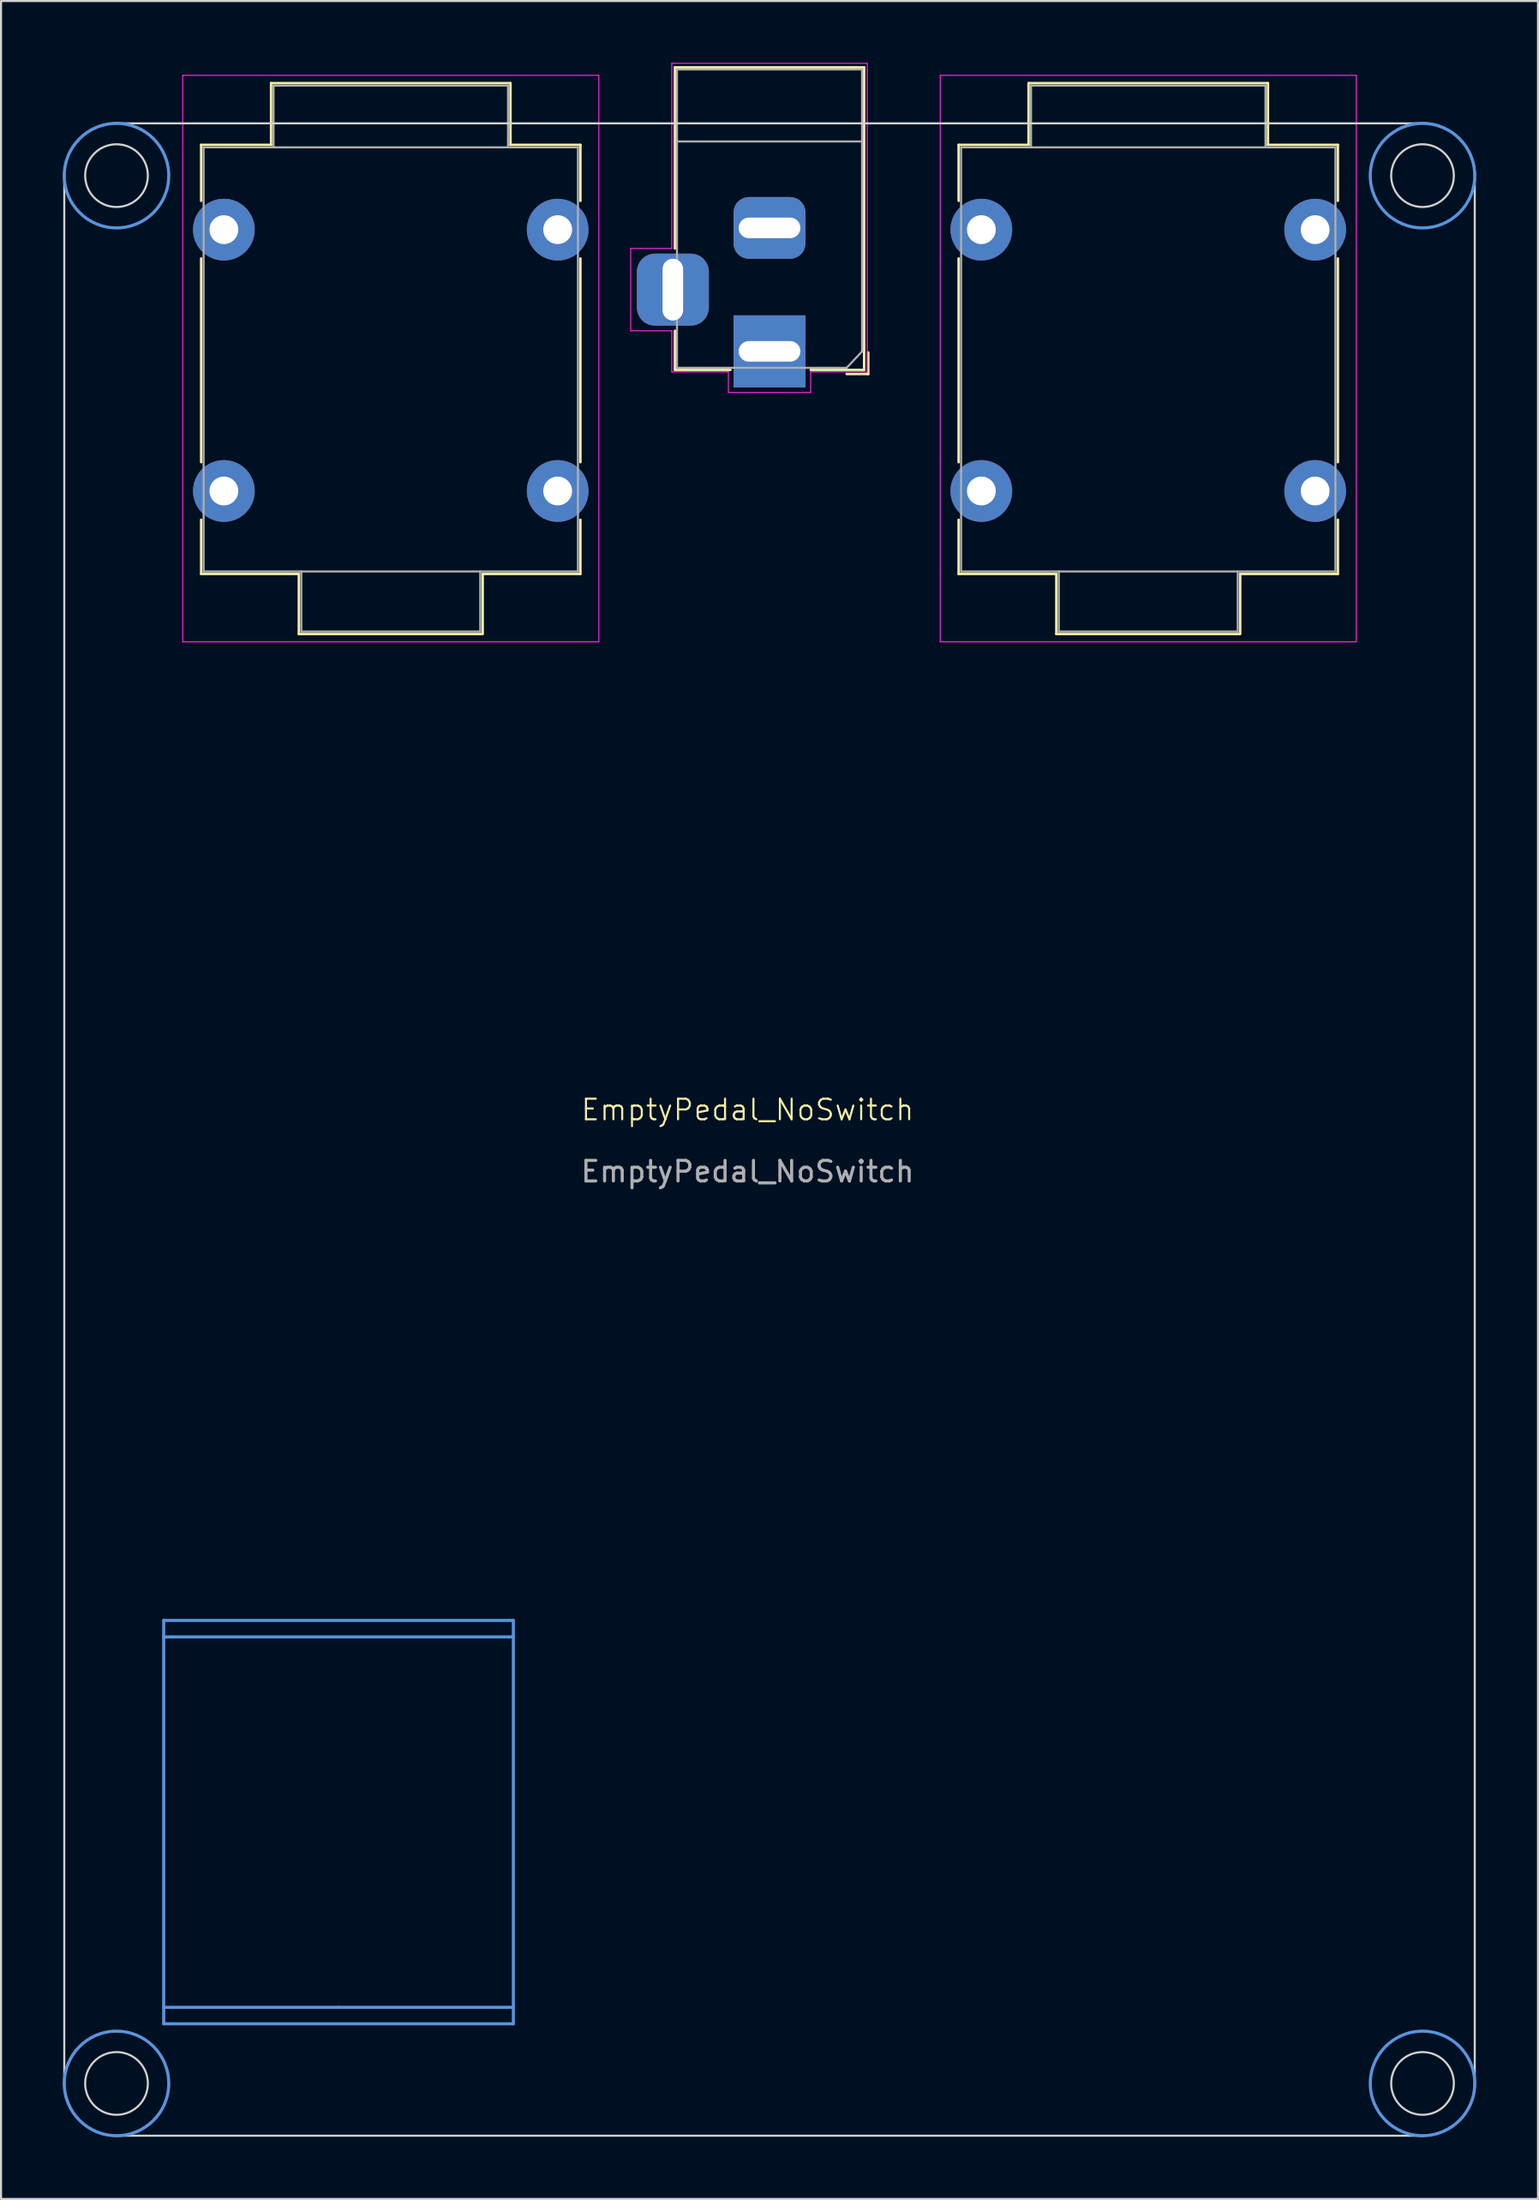
<source format=kicad_pcb>
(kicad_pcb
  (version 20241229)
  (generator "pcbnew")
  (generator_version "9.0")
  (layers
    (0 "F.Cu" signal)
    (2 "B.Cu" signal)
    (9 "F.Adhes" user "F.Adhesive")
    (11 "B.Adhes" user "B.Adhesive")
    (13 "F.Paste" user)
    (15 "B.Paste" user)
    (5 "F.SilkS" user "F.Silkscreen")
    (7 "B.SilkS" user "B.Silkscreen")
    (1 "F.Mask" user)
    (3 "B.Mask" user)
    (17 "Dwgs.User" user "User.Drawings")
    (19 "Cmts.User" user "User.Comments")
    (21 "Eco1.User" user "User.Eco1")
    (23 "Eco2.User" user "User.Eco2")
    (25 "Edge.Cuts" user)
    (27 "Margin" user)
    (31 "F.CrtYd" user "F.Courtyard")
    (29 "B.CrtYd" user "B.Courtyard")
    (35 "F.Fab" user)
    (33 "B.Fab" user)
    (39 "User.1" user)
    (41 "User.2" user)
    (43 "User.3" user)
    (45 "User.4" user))
  (footprint "EmptyPedal_NoSwitch"
    (layer "F.Cu")
    (at 33.298 51.383)
    (property "Reference" "EmptyPedal_NoSwitch" (at 0 -0.5 0) (unlocked yes) (layer "F.SilkS") (effects (font (size 1 1) (thickness 0.1))))
    (attr through_hole)
    (fp_line (start -26.568 -47.393) (end -26.568 -44.673) (stroke (width 0.12) (type solid)) (layer "F.SilkS"))
    (fp_line (start -26.568 -31.973) (end -26.568 -41.873) (stroke (width 0.12) (type solid)) (layer "F.SilkS"))
    (fp_line (start -26.568 -26.543) (end -26.568 -29.173) (stroke (width 0.12) (type solid)) (layer "F.SilkS"))
    (fp_line (start -23.168 -47.393) (end -26.568 -47.393) (stroke (width 0.12) (type solid)) (layer "F.SilkS"))
    (fp_line (start -23.168 -47.393) (end -23.168 -50.393) (stroke (width 0.12) (type solid)) (layer "F.SilkS"))
    (fp_line (start -21.818 -26.543) (end -26.568 -26.543) (stroke (width 0.12) (type solid)) (layer "F.SilkS"))
    (fp_line (start -21.818 -23.623) (end -21.818 -26.543) (stroke (width 0.12) (type solid)) (layer "F.SilkS"))
    (fp_line (start -12.918 -23.623) (end -21.818 -23.623) (stroke (width 0.12) (type solid)) (layer "F.SilkS"))
    (fp_line (start -12.878 -23.623) (end -12.878 -26.543) (stroke (width 0.12) (type solid)) (layer "F.SilkS"))
    (fp_line (start -11.528 -50.393) (end -23.168 -50.393) (stroke (width 0.12) (type solid)) (layer "F.SilkS"))
    (fp_line (start -11.528 -47.393) (end -11.528 -50.393) (stroke (width 0.12) (type solid)) (layer "F.SilkS"))
    (fp_line (start -8.128 -47.393) (end -11.528 -47.393) (stroke (width 0.12) (type solid)) (layer "F.SilkS"))
    (fp_line (start -8.128 -47.393) (end -8.128 -44.673) (stroke (width 0.12) (type solid)) (layer "F.SilkS"))
    (fp_line (start -8.128 -41.873) (end -8.128 -31.973) (stroke (width 0.12) (type solid)) (layer "F.SilkS"))
    (fp_line (start -8.128 -29.173) (end -8.128 -26.543) (stroke (width 0.12) (type solid)) (layer "F.SilkS"))
    (fp_line (start -8.128 -26.543) (end -12.878 -26.543) (stroke (width 0.12) (type solid)) (layer "F.SilkS"))
    (fp_line (start -3.533 -51.158) (end 5.667 -51.158) (stroke (width 0.12) (type solid)) (layer "F.SilkS"))
    (fp_line (start -3.533 -42.358) (end -3.533 -51.158) (stroke (width 0.12) (type solid)) (layer "F.SilkS"))
    (fp_line (start -3.533 -36.458) (end -3.533 -38.358) (stroke (width 0.12) (type solid)) (layer "F.SilkS"))
    (fp_line (start -0.833 -36.458) (end -3.533 -36.458) (stroke (width 0.12) (type solid)) (layer "F.SilkS"))
    (fp_line (start 4.817 -36.258) (end 5.867 -36.258) (stroke (width 0.12) (type solid)) (layer "F.SilkS"))
    (fp_line (start 5.667 -51.158) (end 5.667 -36.458) (stroke (width 0.12) (type solid)) (layer "F.SilkS"))
    (fp_line (start 5.667 -36.458) (end 3.067 -36.458) (stroke (width 0.12) (type solid)) (layer "F.SilkS"))
    (fp_line (start 5.867 -37.308) (end 5.867 -36.258) (stroke (width 0.12) (type solid)) (layer "F.SilkS"))
    (fp_line (start 10.262 -47.393) (end 10.262 -44.673) (stroke (width 0.12) (type solid)) (layer "F.SilkS"))
    (fp_line (start 10.262 -31.973) (end 10.262 -41.873) (stroke (width 0.12) (type solid)) (layer "F.SilkS"))
    (fp_line (start 10.262 -26.543) (end 10.262 -29.173) (stroke (width 0.12) (type solid)) (layer "F.SilkS"))
    (fp_line (start 13.662 -47.393) (end 10.262 -47.393) (stroke (width 0.12) (type solid)) (layer "F.SilkS"))
    (fp_line (start 13.662 -47.393) (end 13.662 -50.393) (stroke (width 0.12) (type solid)) (layer "F.SilkS"))
    (fp_line (start 15.012 -26.543) (end 10.262 -26.543) (stroke (width 0.12) (type solid)) (layer "F.SilkS"))
    (fp_line (start 15.012 -23.623) (end 15.012 -26.543) (stroke (width 0.12) (type solid)) (layer "F.SilkS"))
    (fp_line (start 23.912 -23.623) (end 15.012 -23.623) (stroke (width 0.12) (type solid)) (layer "F.SilkS"))
    (fp_line (start 23.952 -23.623) (end 23.952 -26.543) (stroke (width 0.12) (type solid)) (layer "F.SilkS"))
    (fp_line (start 25.302 -50.393) (end 13.662 -50.393) (stroke (width 0.12) (type solid)) (layer "F.SilkS"))
    (fp_line (start 25.302 -47.393) (end 25.302 -50.393) (stroke (width 0.12) (type solid)) (layer "F.SilkS"))
    (fp_line (start 28.702 -47.393) (end 25.302 -47.393) (stroke (width 0.12) (type solid)) (layer "F.SilkS"))
    (fp_line (start 28.702 -47.393) (end 28.702 -44.673) (stroke (width 0.12) (type solid)) (layer "F.SilkS"))
    (fp_line (start 28.702 -41.873) (end 28.702 -31.973) (stroke (width 0.12) (type solid)) (layer "F.SilkS"))
    (fp_line (start 28.702 -29.173) (end 28.702 -26.543) (stroke (width 0.12) (type solid)) (layer "F.SilkS"))
    (fp_line (start 28.702 -26.543) (end 23.952 -26.543) (stroke (width 0.12) (type solid)) (layer "F.SilkS"))
    (fp_line (start -28.388 24.312) (end -11.388 24.312) (stroke (width 0.15) (type solid)) (layer "Cmts.User"))
    (fp_line (start -28.388 25.112) (end -28.388 24.312) (stroke (width 0.15) (type solid)) (layer "Cmts.User"))
    (fp_line (start -28.388 25.112) (end -28.388 43.112) (stroke (width 0.15) (type solid)) (layer "Cmts.User"))
    (fp_line (start -28.388 25.112) (end -11.388 25.112) (stroke (width 0.15) (type solid)) (layer "Cmts.User"))
    (fp_line (start -28.388 43.112) (end -19.888 43.112) (stroke (width 0.15) (type solid)) (layer "Cmts.User"))
    (fp_line (start -28.388 43.912) (end -28.388 43.112) (stroke (width 0.15) (type solid)) (layer "Cmts.User"))
    (fp_line (start -28.388 43.912) (end -11.388 43.912) (stroke (width 0.15) (type solid)) (layer "Cmts.User"))
    (fp_line (start -11.388 24.312) (end -11.388 25.112) (stroke (width 0.15) (type solid)) (layer "Cmts.User"))
    (fp_line (start -11.388 25.112) (end -11.388 43.112) (stroke (width 0.15) (type solid)) (layer "Cmts.User"))
    (fp_line (start -11.388 43.112) (end -19.888 43.112) (stroke (width 0.15) (type solid)) (layer "Cmts.User"))
    (fp_line (start -11.388 43.912) (end -11.388 43.112) (stroke (width 0.15) (type solid)) (layer "Cmts.User"))
    (fp_circle (center -30.683 -45.898) (end -28.143 -45.898) (stroke (width 0.15) (type default)) (fill no) (layer "Cmts.User"))
    (fp_circle (center -30.683 46.812) (end -28.143 46.812) (stroke (width 0.15) (type default)) (fill no) (layer "Cmts.User"))
    (fp_circle (center 32.817 -45.898) (end 35.357 -45.898) (stroke (width 0.15) (type default)) (fill no) (layer "Cmts.User"))
    (fp_circle (center 32.817 46.812) (end 35.357 46.812) (stroke (width 0.15) (type default)) (fill no) (layer "Cmts.User"))
    (fp_line (start -33.223 -45.898) (end -33.223 46.812) (stroke (width 0.1) (type default)) (layer "Edge.Cuts"))
    (fp_line (start -30.683 49.352) (end 32.817 49.352) (stroke (width 0.1) (type default)) (layer "Edge.Cuts"))
    (fp_line (start 32.817 -48.438) (end -30.683 -48.438) (stroke (width 0.1) (type default)) (layer "Edge.Cuts"))
    (fp_line (start 35.357 46.812) (end 35.357 -45.898) (stroke (width 0.1) (type default)) (layer "Edge.Cuts"))
    (fp_arc (start -33.2232 -45.8978) (mid -32.479251 -47.693851) (end -30.6832 -48.4378) (stroke (width 0.1) (type default)) (layer "Edge.Cuts"))
    (fp_arc (start -30.6832 49.3522) (mid -32.479251 48.608251) (end -33.2232 46.8122) (stroke (width 0.1) (type default)) (layer "Edge.Cuts"))
    (fp_arc (start 32.8168 -48.4378) (mid 34.612851 -47.693851) (end 35.3568 -45.8978) (stroke (width 0.1) (type default)) (layer "Edge.Cuts"))
    (fp_arc (start 35.3568 46.8122) (mid 34.612851 48.608251) (end 32.8168 49.3522) (stroke (width 0.1) (type default)) (layer "Edge.Cuts"))
    (fp_circle (center -30.683 -45.898) (end -29.159 -45.898) (stroke (width 0.1) (type default)) (fill no) (layer "Edge.Cuts"))
    (fp_circle (center -30.683 46.812) (end -29.159 46.812) (stroke (width 0.1) (type default)) (fill no) (layer "Edge.Cuts"))
    (fp_circle (center 32.817 -45.898) (end 34.341 -45.898) (stroke (width 0.1) (type default)) (fill no) (layer "Edge.Cuts"))
    (fp_circle (center 32.817 46.812) (end 34.341 46.812) (stroke (width 0.1) (type default)) (fill no) (layer "Edge.Cuts"))
    (fp_line (start -27.463 -50.773) (end -27.463 -23.243) (stroke (width 0.05) (type solid)) (layer "F.CrtYd"))
    (fp_line (start -7.233 -50.773) (end -27.463 -50.773) (stroke (width 0.05) (type solid)) (layer "F.CrtYd"))
    (fp_line (start -7.233 -23.243) (end -27.463 -23.243) (stroke (width 0.05) (type solid)) (layer "F.CrtYd"))
    (fp_line (start -7.233 -23.243) (end -7.233 -50.773) (stroke (width 0.05) (type solid)) (layer "F.CrtYd"))
    (fp_line (start -5.683 -42.358) (end -3.683 -42.358) (stroke (width 0.05) (type solid)) (layer "F.CrtYd"))
    (fp_line (start -5.683 -38.358) (end -5.683 -42.358) (stroke (width 0.05) (type solid)) (layer "F.CrtYd"))
    (fp_line (start -3.683 -51.358) (end 5.817 -51.358) (stroke (width 0.05) (type solid)) (layer "F.CrtYd"))
    (fp_line (start -3.683 -42.358) (end -3.683 -51.358) (stroke (width 0.05) (type solid)) (layer "F.CrtYd"))
    (fp_line (start -3.683 -38.358) (end -5.683 -38.358) (stroke (width 0.05) (type solid)) (layer "F.CrtYd"))
    (fp_line (start -3.683 -36.358) (end -3.683 -38.358) (stroke (width 0.05) (type solid)) (layer "F.CrtYd"))
    (fp_line (start -0.933 -36.358) (end -3.683 -36.358) (stroke (width 0.05) (type solid)) (layer "F.CrtYd"))
    (fp_line (start -0.933 -35.358) (end -0.933 -36.358) (stroke (width 0.05) (type solid)) (layer "F.CrtYd"))
    (fp_line (start 3.067 -36.358) (end 3.067 -35.358) (stroke (width 0.05) (type solid)) (layer "F.CrtYd"))
    (fp_line (start 3.067 -35.358) (end -0.933 -35.358) (stroke (width 0.05) (type solid)) (layer "F.CrtYd"))
    (fp_line (start 5.567 -36.358) (end 3.067 -36.358) (stroke (width 0.05) (type solid)) (layer "F.CrtYd"))
    (fp_line (start 5.567 -36.358) (end 5.817 -36.358) (stroke (width 0.05) (type solid)) (layer "F.CrtYd"))
    (fp_line (start 5.817 -36.358) (end 5.817 -51.358) (stroke (width 0.05) (type solid)) (layer "F.CrtYd"))
    (fp_line (start 9.367 -50.773) (end 9.367 -23.243) (stroke (width 0.05) (type solid)) (layer "F.CrtYd"))
    (fp_line (start 29.597 -50.773) (end 9.367 -50.773) (stroke (width 0.05) (type solid)) (layer "F.CrtYd"))
    (fp_line (start 29.597 -23.243) (end 9.367 -23.243) (stroke (width 0.05) (type solid)) (layer "F.CrtYd"))
    (fp_line (start 29.597 -23.243) (end 29.597 -50.773) (stroke (width 0.05) (type solid)) (layer "F.CrtYd"))
    (fp_line (start -26.448 -47.273) (end -26.448 -26.663) (stroke (width 0.1) (type solid)) (layer "F.Fab"))
    (fp_line (start -23.048 -50.273) (end -23.048 -47.273) (stroke (width 0.1) (type solid)) (layer "F.Fab"))
    (fp_line (start -21.698 -23.743) (end -21.698 -26.663) (stroke (width 0.1) (type solid)) (layer "F.Fab"))
    (fp_line (start -12.998 -23.743) (end -21.698 -23.743) (stroke (width 0.1) (type solid)) (layer "F.Fab"))
    (fp_line (start -12.998 -23.743) (end -12.998 -26.663) (stroke (width 0.1) (type solid)) (layer "F.Fab"))
    (fp_line (start -11.648 -50.273) (end -23.048 -50.273) (stroke (width 0.1) (type solid)) (layer "F.Fab"))
    (fp_line (start -11.648 -50.273) (end -11.648 -47.273) (stroke (width 0.1) (type solid)) (layer "F.Fab"))
    (fp_line (start -8.248 -47.273) (end -26.448 -47.273) (stroke (width 0.1) (type solid)) (layer "F.Fab"))
    (fp_line (start -8.248 -47.273) (end -8.248 -26.663) (stroke (width 0.1) (type solid)) (layer "F.Fab"))
    (fp_line (start -8.248 -26.663) (end -26.448 -26.663) (stroke (width 0.1) (type solid)) (layer "F.Fab"))
    (fp_line (start -3.433 -51.058) (end -3.433 -36.558) (stroke (width 0.1) (type solid)) (layer "F.Fab"))
    (fp_line (start -3.433 -36.558) (end 4.817 -36.558) (stroke (width 0.1) (type solid)) (layer "F.Fab"))
    (fp_line (start 5.567 -51.058) (end -3.433 -51.058) (stroke (width 0.1) (type solid)) (layer "F.Fab"))
    (fp_line (start 5.567 -47.558) (end -3.433 -47.558) (stroke (width 0.1) (type solid)) (layer "F.Fab"))
    (fp_line (start 5.567 -37.358) (end 5.567 -51.058) (stroke (width 0.1) (type solid)) (layer "F.Fab"))
    (fp_line (start 5.572 -37.361) (end 4.817 -36.558) (stroke (width 0.1) (type solid)) (layer "F.Fab"))
    (fp_line (start 10.382 -47.273) (end 10.382 -26.663) (stroke (width 0.1) (type solid)) (layer "F.Fab"))
    (fp_line (start 13.782 -50.273) (end 13.782 -47.273) (stroke (width 0.1) (type solid)) (layer "F.Fab"))
    (fp_line (start 15.132 -23.743) (end 15.132 -26.663) (stroke (width 0.1) (type solid)) (layer "F.Fab"))
    (fp_line (start 23.832 -23.743) (end 15.132 -23.743) (stroke (width 0.1) (type solid)) (layer "F.Fab"))
    (fp_line (start 23.832 -23.743) (end 23.832 -26.663) (stroke (width 0.1) (type solid)) (layer "F.Fab"))
    (fp_line (start 25.182 -50.273) (end 13.782 -50.273) (stroke (width 0.1) (type solid)) (layer "F.Fab"))
    (fp_line (start 25.182 -50.273) (end 25.182 -47.273) (stroke (width 0.1) (type solid)) (layer "F.Fab"))
    (fp_line (start 28.582 -47.273) (end 10.382 -47.273) (stroke (width 0.1) (type solid)) (layer "F.Fab"))
    (fp_line (start 28.582 -47.273) (end 28.582 -26.663) (stroke (width 0.1) (type solid)) (layer "F.Fab"))
    (fp_line (start 28.582 -26.663) (end 10.382 -26.663) (stroke (width 0.1) (type solid)) (layer "F.Fab"))
    (fp_text user "${REFERENCE}" (at 0 2.5 0) (unlocked yes) (layer "F.Fab") (effects (font (size 1 1) (thickness 0.15))))
    (pad "1" thru_hole circle (at 11.367 -30.573 90) (size 3 3) (drill 1.4) (layers "*.Cu" "*.Mask"))
    (pad "1" thru_hole circle (at 27.597 -30.573 90) (size 3 3) (drill 1.4) (layers "*.Cu" "*.Mask"))
    (pad "2" thru_hole circle (at -25.463 -30.573 90) (size 3 3) (drill 1.4) (layers "*.Cu" "*.Mask"))
    (pad "2" thru_hole circle (at -9.233 -30.573 90) (size 3 3) (drill 1.4) (layers "*.Cu" "*.Mask"))
    (pad "3" thru_hole circle (at -25.463 -43.273 90) (size 3 3) (drill 1.4) (layers "*.Cu" "*.Mask"))
    (pad "3" thru_hole circle (at -9.233 -43.273 90) (size 3 3) (drill 1.4) (layers "*.Cu" "*.Mask"))
    (pad "3" thru_hole rect (at 1.067 -37.358 270) (size 3.5 3.5) (drill oval 1 3) (layers "*.Cu" "*.Mask"))
    (pad "3" thru_hole circle (at 11.367 -43.273 90) (size 3 3) (drill 1.4) (layers "*.Cu" "*.Mask"))
    (pad "3" thru_hole circle (at 27.597 -43.273 90) (size 3 3) (drill 1.4) (layers "*.Cu" "*.Mask"))
    (pad "4" thru_hole roundrect (at 1.067 -43.358 270) (size 3 3.5) (drill oval 1 3) (layers "*.Cu" "*.Mask") (roundrect_rratio 0.25))
    (pad "NC" thru_hole roundrect (at -3.633 -40.358 270) (size 3.5 3.5) (drill oval 3 1) (layers "*.Cu" "*.Mask") (roundrect_rratio 0.25)))
  (gr_rect
    (start -3 -3)
    (end 71.73 103.81)
    (stroke (width 0.1) (type default))
    (fill no)
    (layer "Edge.Cuts")))
</source>
